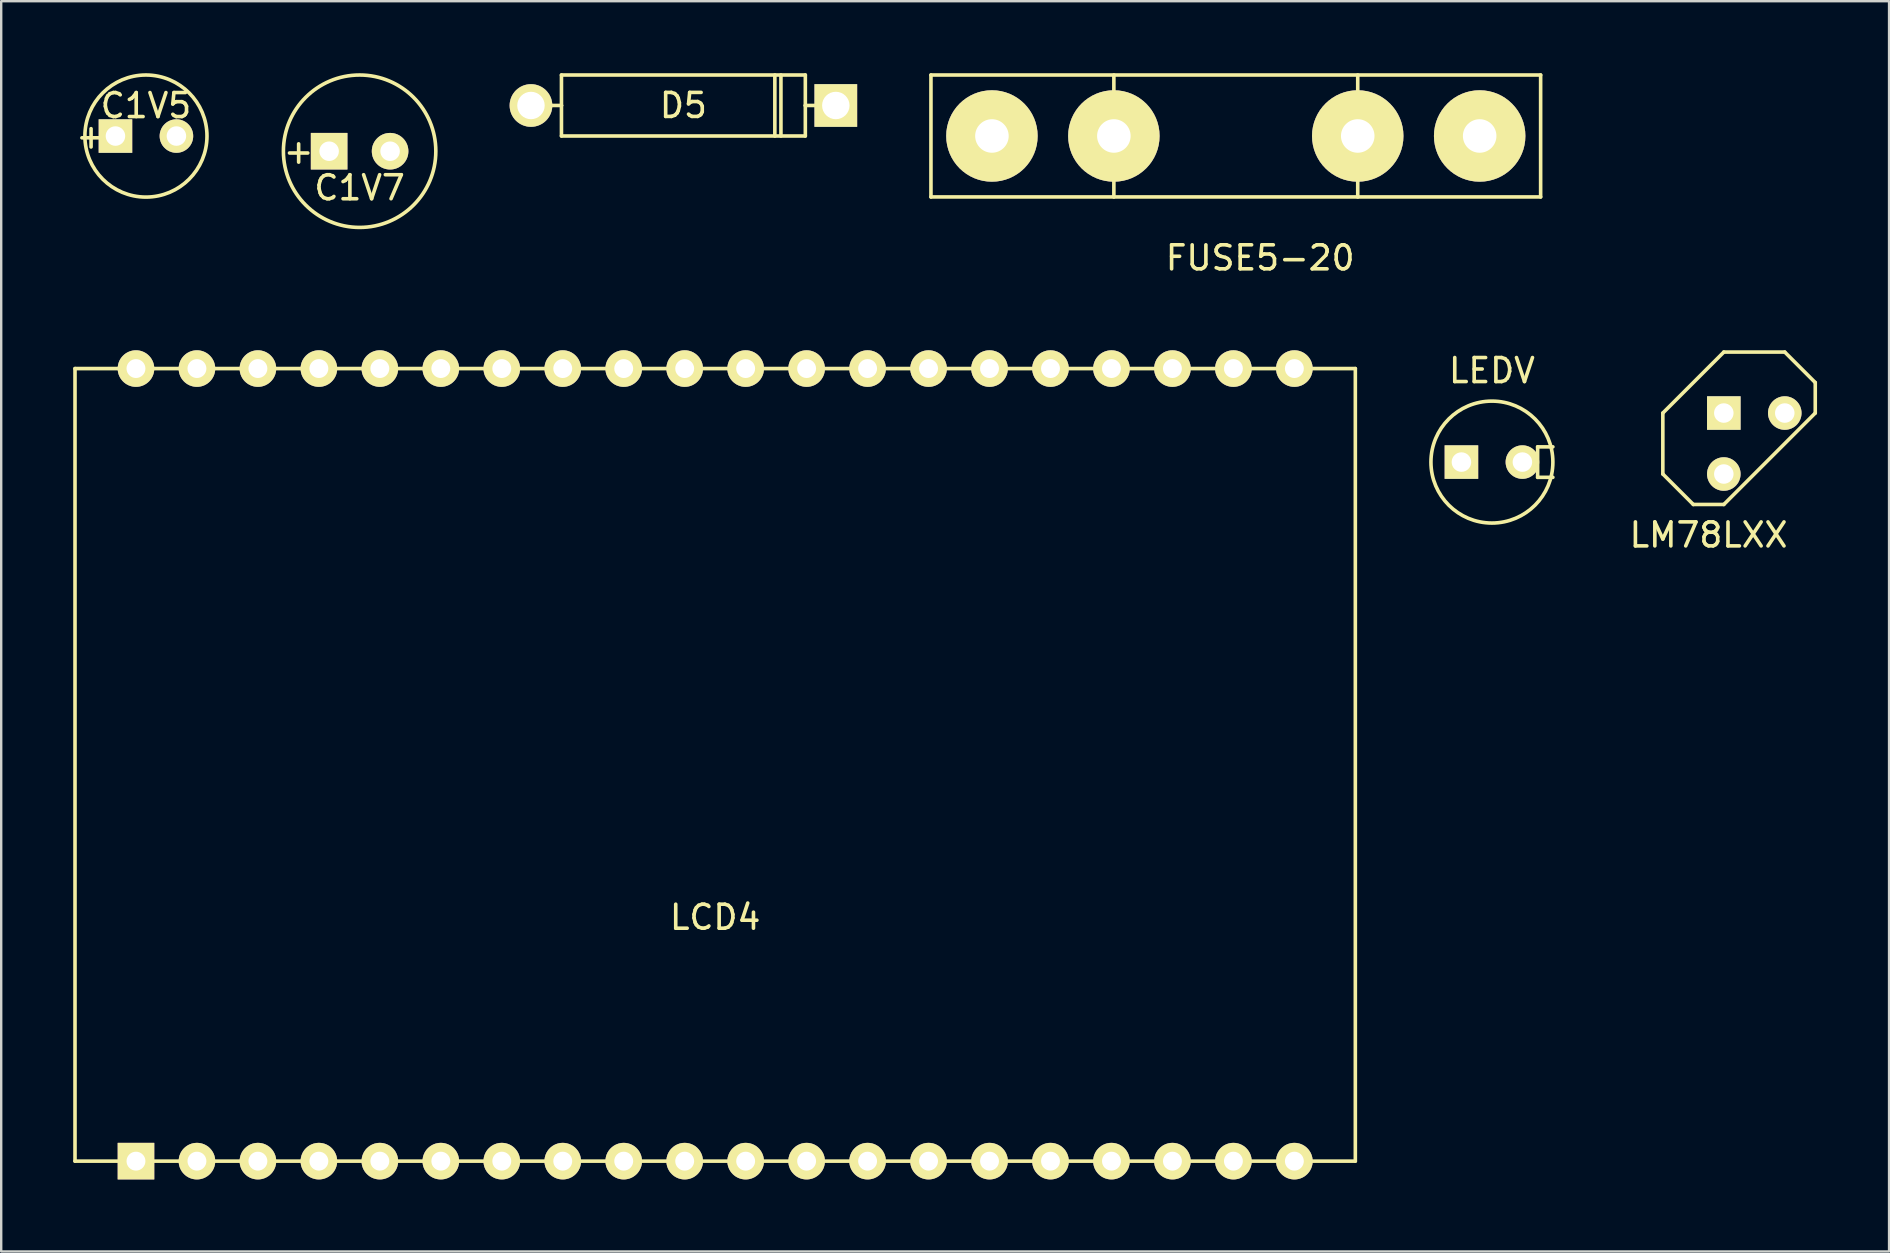
<source format=kicad_pcb>
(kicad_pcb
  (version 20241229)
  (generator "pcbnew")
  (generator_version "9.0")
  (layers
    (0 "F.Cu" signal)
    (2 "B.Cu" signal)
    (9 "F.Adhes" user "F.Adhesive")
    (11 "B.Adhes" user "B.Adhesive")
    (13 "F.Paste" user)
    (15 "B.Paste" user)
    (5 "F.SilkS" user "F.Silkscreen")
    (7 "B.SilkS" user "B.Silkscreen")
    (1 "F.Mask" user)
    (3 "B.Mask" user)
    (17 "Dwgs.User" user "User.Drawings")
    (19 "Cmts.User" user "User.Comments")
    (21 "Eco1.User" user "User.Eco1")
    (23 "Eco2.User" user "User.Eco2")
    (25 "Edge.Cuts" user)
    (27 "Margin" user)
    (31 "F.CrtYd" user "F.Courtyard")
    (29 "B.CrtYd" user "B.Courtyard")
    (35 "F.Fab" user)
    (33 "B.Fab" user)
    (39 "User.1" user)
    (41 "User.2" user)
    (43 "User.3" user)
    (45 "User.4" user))
  (footprint "FUSE5-20"
    (layer "F.Cu")
    (at 48.435 2.615)
    (property "Reference" "FUSE5-20" (at 1.016 5.08 0) (layer "F.SilkS") (effects (font (size 1 1) (thickness 0.15))))
    (attr through_hole)
    (fp_line (start -12.7 -2.54) (end 12.7 -2.54) (stroke (width 0.15) (type solid)) (layer "F.SilkS"))
    (fp_line (start -12.7 2.54) (end -12.7 -2.54) (stroke (width 0.15) (type solid)) (layer "F.SilkS"))
    (fp_line (start -5.08 -2.54) (end -5.08 2.54) (stroke (width 0.15) (type solid)) (layer "F.SilkS"))
    (fp_line (start 5.08 -2.54) (end 5.08 2.54) (stroke (width 0.15) (type solid)) (layer "F.SilkS"))
    (fp_line (start 12.7 -2.54) (end 12.7 2.54) (stroke (width 0.15) (type solid)) (layer "F.SilkS"))
    (fp_line (start 12.7 2.54) (end -12.7 2.54) (stroke (width 0.15) (type solid)) (layer "F.SilkS"))
    (pad "1" thru_hole circle (at -10.16 0) (size 3.81 3.81) (drill 1.397) (layers "*.Cu" "*.Mask" "F.SilkS"))
    (pad "1" thru_hole circle (at -5.08 0) (size 3.81 3.81) (drill 1.397) (layers "*.Cu" "*.Mask" "F.SilkS"))
    (pad "2" thru_hole circle (at 5.08 0) (size 3.81 3.81) (drill 1.397) (layers "*.Cu" "*.Mask" "F.SilkS"))
    (pad "2" thru_hole circle (at 10.16 0) (size 3.81 3.81) (drill 1.397) (layers "*.Cu" "*.Mask" "F.SilkS")))
  (footprint "LCD4"
    (layer "F.Cu")
    (at 26.745 28.815)
    (property "Reference" "LCD4" (at 0 6.35 0) (layer "F.SilkS") (effects (font (size 1 1) (thickness 0.15))))
    (attr through_hole)
    (fp_line (start -26.67 -16.51) (end -26.67 16.51) (stroke (width 0.15) (type solid)) (layer "F.SilkS"))
    (fp_line (start -26.67 16.51) (end 26.67 16.51) (stroke (width 0.15) (type solid)) (layer "F.SilkS"))
    (fp_line (start 26.67 -16.51) (end -26.67 -16.51) (stroke (width 0.15) (type solid)) (layer "F.SilkS"))
    (fp_line (start 26.67 16.51) (end 26.67 -16.51) (stroke (width 0.15) (type solid)) (layer "F.SilkS"))
    (pad "1" thru_hole rect (at -24.13 16.51) (size 1.524 1.524) (drill 0.787) (layers "*.Cu" "*.Mask" "F.SilkS"))
    (pad "2" thru_hole circle (at -21.59 16.51) (size 1.524 1.524) (drill 0.787) (layers "*.Cu" "*.Mask" "F.SilkS"))
    (pad "3" thru_hole circle (at -19.05 16.51) (size 1.524 1.524) (drill 0.787) (layers "*.Cu" "*.Mask" "F.SilkS"))
    (pad "4" thru_hole circle (at -16.51 16.51) (size 1.524 1.524) (drill 0.787) (layers "*.Cu" "*.Mask" "F.SilkS"))
    (pad "5" thru_hole circle (at -13.97 16.51) (size 1.524 1.524) (drill 0.787) (layers "*.Cu" "*.Mask" "F.SilkS"))
    (pad "6" thru_hole circle (at -11.43 16.51) (size 1.524 1.524) (drill 0.787) (layers "*.Cu" "*.Mask" "F.SilkS"))
    (pad "7" thru_hole circle (at -8.89 16.51) (size 1.524 1.524) (drill 0.787) (layers "*.Cu" "*.Mask" "F.SilkS"))
    (pad "8" thru_hole circle (at -6.35 16.51) (size 1.524 1.524) (drill 0.787) (layers "*.Cu" "*.Mask" "F.SilkS"))
    (pad "9" thru_hole circle (at -3.81 16.51) (size 1.524 1.524) (drill 0.787) (layers "*.Cu" "*.Mask" "F.SilkS"))
    (pad "10" thru_hole circle (at -1.27 16.51) (size 1.524 1.524) (drill 0.787) (layers "*.Cu" "*.Mask" "F.SilkS"))
    (pad "11" thru_hole circle (at 1.27 16.51) (size 1.524 1.524) (drill 0.787) (layers "*.Cu" "*.Mask" "F.SilkS"))
    (pad "12" thru_hole circle (at 3.81 16.51) (size 1.524 1.524) (drill 0.787) (layers "*.Cu" "*.Mask" "F.SilkS"))
    (pad "13" thru_hole circle (at 6.35 16.51) (size 1.524 1.524) (drill 0.787) (layers "*.Cu" "*.Mask" "F.SilkS"))
    (pad "14" thru_hole circle (at 8.89 16.51) (size 1.524 1.524) (drill 0.787) (layers "*.Cu" "*.Mask" "F.SilkS"))
    (pad "15" thru_hole circle (at 11.43 16.51) (size 1.524 1.524) (drill 0.787) (layers "*.Cu" "*.Mask" "F.SilkS"))
    (pad "16" thru_hole circle (at 13.97 16.51) (size 1.524 1.524) (drill 0.787) (layers "*.Cu" "*.Mask" "F.SilkS"))
    (pad "17" thru_hole circle (at 16.51 16.51) (size 1.524 1.524) (drill 0.787) (layers "*.Cu" "*.Mask" "F.SilkS"))
    (pad "18" thru_hole circle (at 19.05 16.51) (size 1.524 1.524) (drill 0.787) (layers "*.Cu" "*.Mask" "F.SilkS"))
    (pad "19" thru_hole circle (at 21.59 16.51) (size 1.524 1.524) (drill 0.787) (layers "*.Cu" "*.Mask" "F.SilkS"))
    (pad "20" thru_hole circle (at 24.13 16.51) (size 1.524 1.524) (drill 0.787) (layers "*.Cu" "*.Mask" "F.SilkS"))
    (pad "21" thru_hole circle (at 24.13 -16.51) (size 1.524 1.524) (drill 0.787) (layers "*.Cu" "*.Mask" "F.SilkS"))
    (pad "22" thru_hole circle (at 21.59 -16.51) (size 1.524 1.524) (drill 0.787) (layers "*.Cu" "*.Mask" "F.SilkS"))
    (pad "23" thru_hole circle (at 19.05 -16.51) (size 1.524 1.524) (drill 0.787) (layers "*.Cu" "*.Mask" "F.SilkS"))
    (pad "24" thru_hole circle (at 16.51 -16.51) (size 1.524 1.524) (drill 0.787) (layers "*.Cu" "*.Mask" "F.SilkS"))
    (pad "25" thru_hole circle (at 13.97 -16.51) (size 1.524 1.524) (drill 0.787) (layers "*.Cu" "*.Mask" "F.SilkS"))
    (pad "26" thru_hole circle (at 11.43 -16.51) (size 1.524 1.524) (drill 0.787) (layers "*.Cu" "*.Mask" "F.SilkS"))
    (pad "27" thru_hole circle (at 8.89 -16.51) (size 1.524 1.524) (drill 0.787) (layers "*.Cu" "*.Mask" "F.SilkS"))
    (pad "28" thru_hole circle (at 6.35 -16.51) (size 1.524 1.524) (drill 0.787) (layers "*.Cu" "*.Mask" "F.SilkS"))
    (pad "29" thru_hole circle (at 3.81 -16.51) (size 1.524 1.524) (drill 0.787) (layers "*.Cu" "*.Mask" "F.SilkS"))
    (pad "30" thru_hole circle (at 1.27 -16.51) (size 1.524 1.524) (drill 0.787) (layers "*.Cu" "*.Mask" "F.SilkS"))
    (pad "31" thru_hole circle (at -1.27 -16.51) (size 1.524 1.524) (drill 0.787) (layers "*.Cu" "*.Mask" "F.SilkS"))
    (pad "32" thru_hole circle (at -3.81 -16.51) (size 1.524 1.524) (drill 0.787) (layers "*.Cu" "*.Mask" "F.SilkS"))
    (pad "33" thru_hole circle (at -6.35 -16.51) (size 1.524 1.524) (drill 0.787) (layers "*.Cu" "*.Mask" "F.SilkS"))
    (pad "34" thru_hole circle (at -8.89 -16.51) (size 1.524 1.524) (drill 0.787) (layers "*.Cu" "*.Mask" "F.SilkS"))
    (pad "35" thru_hole circle (at -11.43 -16.51) (size 1.524 1.524) (drill 0.787) (layers "*.Cu" "*.Mask" "F.SilkS"))
    (pad "36" thru_hole circle (at -13.97 -16.51) (size 1.524 1.524) (drill 0.787) (layers "*.Cu" "*.Mask" "F.SilkS"))
    (pad "37" thru_hole circle (at -16.51 -16.51) (size 1.524 1.524) (drill 0.787) (layers "*.Cu" "*.Mask" "F.SilkS"))
    (pad "38" thru_hole circle (at -19.05 -16.51) (size 1.524 1.524) (drill 0.787) (layers "*.Cu" "*.Mask" "F.SilkS"))
    (pad "39" thru_hole circle (at -21.59 -16.51) (size 1.524 1.524) (drill 0.787) (layers "*.Cu" "*.Mask" "F.SilkS"))
    (pad "40" thru_hole circle (at -24.13 -16.51) (size 1.524 1.524) (drill 0.787) (layers "*.Cu" "*.Mask" "F.SilkS")))
  (footprint "LEDV"
    (layer "F.Cu")
    (at 59.105 16.201)
    (property "Reference" "LEDV" (at 0 -3.81 0) (layer "F.SilkS") (effects (font (size 1 1) (thickness 0.15))))
    (attr through_hole)
    (fp_line (start 1.905 -0.635) (end 1.905 0.635) (stroke (width 0.15) (type solid)) (layer "F.SilkS"))
    (fp_line (start 1.905 0.635) (end 2.54 0.635) (stroke (width 0.15) (type solid)) (layer "F.SilkS"))
    (fp_line (start 2.54 -0.635) (end 1.905 -0.635) (stroke (width 0.15) (type solid)) (layer "F.SilkS"))
    (fp_circle (center 0 0) (end -2.54 0) (stroke (width 0.15) (type solid)) (fill no) (layer "F.SilkS"))
    (pad "1" thru_hole rect (at -1.27 0) (size 1.397 1.397) (drill 0.813) (layers "*.Cu" "*.Mask" "F.SilkS"))
    (pad "2" thru_hole circle (at 1.27 0) (size 1.397 1.397) (drill 0.813) (layers "*.Cu" "*.Mask" "F.SilkS")))
  (footprint "C1V5"
    (layer "F.Cu")
    (at 3.03 2.618)
    (property "Reference" "C1V5" (at 0 -1.267 0) (layer "F.SilkS") (effects (font (size 1 1) (thickness 0.15))))
    (attr through_hole)
    (fp_circle (center 0 0) (end 0.127 -2.54) (stroke (width 0.15) (type solid)) (fill no) (layer "F.SilkS"))
    (fp_text user "+" (at -2.286 0 0) (layer "F.SilkS") (effects (font (size 1 1) (thickness 0.15))))
    (pad "1" thru_hole rect (at -1.27 0) (size 1.397 1.397) (drill 0.813) (layers "*.Cu" "*.Mask" "F.SilkS"))
    (pad "2" thru_hole circle (at 1.27 0) (size 1.397 1.397) (drill 0.813) (layers "*.Cu" "*.Mask" "F.SilkS")))
  (footprint "LM78LXX"
    (layer "F.Cu")
    (at 70.036 15.428)
    (property "Reference" "LM78LXX" (at -1.905 3.81 0) (layer "F.SilkS") (effects (font (size 1 1) (thickness 0.15))))
    (attr through_hole)
    (fp_line (start -3.81 -1.27) (end -3.81 1.27) (stroke (width 0.15) (type solid)) (layer "F.SilkS"))
    (fp_line (start -3.81 1.27) (end -2.54 2.54) (stroke (width 0.15) (type solid)) (layer "F.SilkS"))
    (fp_line (start -2.54 2.54) (end -1.27 2.54) (stroke (width 0.15) (type solid)) (layer "F.SilkS"))
    (fp_line (start -1.27 -3.81) (end -3.81 -1.27) (stroke (width 0.15) (type solid)) (layer "F.SilkS"))
    (fp_line (start -1.27 2.54) (end 2.54 -1.27) (stroke (width 0.15) (type solid)) (layer "F.SilkS"))
    (fp_line (start 1.27 -3.81) (end -1.27 -3.81) (stroke (width 0.15) (type solid)) (layer "F.SilkS"))
    (fp_line (start 2.54 -2.54) (end 1.27 -3.81) (stroke (width 0.15) (type solid)) (layer "F.SilkS"))
    (fp_line (start 2.54 -1.27) (end 2.54 -2.54) (stroke (width 0.15) (type solid)) (layer "F.SilkS"))
    (pad "GND" thru_hole rect (at -1.27 -1.27) (size 1.397 1.397) (drill 0.813) (layers "*.Cu" "*.Mask" "F.SilkS"))
    (pad "VI" thru_hole circle (at 1.27 -1.27) (size 1.397 1.397) (drill 0.813) (layers "*.Cu" "*.Mask" "F.SilkS"))
    (pad "VO" thru_hole circle (at -1.27 1.27) (size 1.397 1.397) (drill 0.813) (layers "*.Cu" "*.Mask" "F.SilkS")))
  (footprint "D5"
    (layer "F.Cu")
    (at 25.421 1.345)
    (property "Reference" "D5" (at 0 0 0) (layer "F.SilkS") (effects (font (size 1 1) (thickness 0.15))))
    (attr through_hole)
    (fp_line (start -5.08 -1.27) (end -5.08 0) (stroke (width 0.15) (type solid)) (layer "F.SilkS"))
    (fp_line (start -5.08 0) (end -6.35 0) (stroke (width 0.15) (type solid)) (layer "F.SilkS"))
    (fp_line (start -5.08 0) (end -5.08 1.27) (stroke (width 0.15) (type solid)) (layer "F.SilkS"))
    (fp_line (start -5.08 1.27) (end 5.08 1.27) (stroke (width 0.15) (type solid)) (layer "F.SilkS"))
    (fp_line (start 3.81 -1.27) (end 3.81 1.27) (stroke (width 0.15) (type solid)) (layer "F.SilkS"))
    (fp_line (start 4.064 -1.27) (end 4.064 1.27) (stroke (width 0.15) (type solid)) (layer "F.SilkS"))
    (fp_line (start 5.08 -1.27) (end -5.08 -1.27) (stroke (width 0.15) (type solid)) (layer "F.SilkS"))
    (fp_line (start 5.08 0) (end 5.08 -1.27) (stroke (width 0.15) (type solid)) (layer "F.SilkS"))
    (fp_line (start 5.08 1.27) (end 5.08 0) (stroke (width 0.15) (type solid)) (layer "F.SilkS"))
    (fp_line (start 6.35 0) (end 5.08 0) (stroke (width 0.15) (type solid)) (layer "F.SilkS"))
    (pad "1" thru_hole circle (at -6.35 0) (size 1.778 1.778) (drill 1.143) (layers "*.Cu" "*.Mask" "F.SilkS"))
    (pad "2" thru_hole rect (at 6.35 0) (size 1.778 1.778) (drill 1.143) (layers "*.Cu" "*.Mask" "F.SilkS")))
  (footprint "C1V7"
    (layer "F.Cu")
    (at 11.932 3.25)
    (property "Reference" "C1V7" (at 0 1.524 0) (layer "F.SilkS") (effects (font (size 1 1) (thickness 0.15))))
    (attr through_hole)
    (fp_circle (center 0 0) (end 3.175 0) (stroke (width 0.15) (type solid)) (fill no) (layer "F.SilkS"))
    (fp_text user "+" (at -2.54 0 0) (layer "F.SilkS") (effects (font (size 1 1) (thickness 0.15))))
    (pad "1" thru_hole rect (at -1.27 0) (size 1.524 1.524) (drill 0.813) (layers "*.Cu" "*.Mask" "F.SilkS"))
    (pad "2" thru_hole circle (at 1.27 0) (size 1.524 1.524) (drill 0.813) (layers "*.Cu" "*.Mask" "F.SilkS")))
  (gr_rect
    (start -3 -3)
    (end 75.651 49.087)
    (stroke (width 0.1) (type default))
    (fill no)
    (layer "Edge.Cuts")))
</source>
